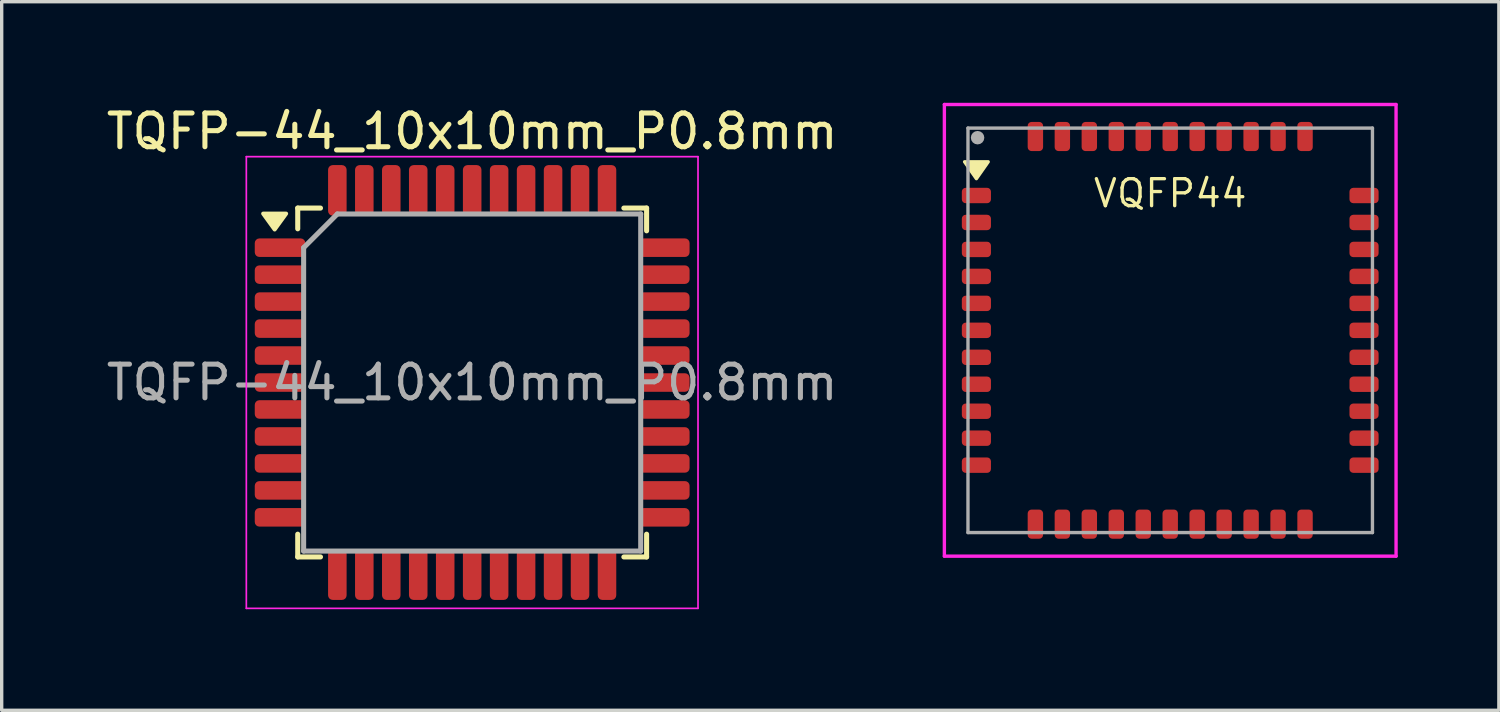
<source format=kicad_pcb>
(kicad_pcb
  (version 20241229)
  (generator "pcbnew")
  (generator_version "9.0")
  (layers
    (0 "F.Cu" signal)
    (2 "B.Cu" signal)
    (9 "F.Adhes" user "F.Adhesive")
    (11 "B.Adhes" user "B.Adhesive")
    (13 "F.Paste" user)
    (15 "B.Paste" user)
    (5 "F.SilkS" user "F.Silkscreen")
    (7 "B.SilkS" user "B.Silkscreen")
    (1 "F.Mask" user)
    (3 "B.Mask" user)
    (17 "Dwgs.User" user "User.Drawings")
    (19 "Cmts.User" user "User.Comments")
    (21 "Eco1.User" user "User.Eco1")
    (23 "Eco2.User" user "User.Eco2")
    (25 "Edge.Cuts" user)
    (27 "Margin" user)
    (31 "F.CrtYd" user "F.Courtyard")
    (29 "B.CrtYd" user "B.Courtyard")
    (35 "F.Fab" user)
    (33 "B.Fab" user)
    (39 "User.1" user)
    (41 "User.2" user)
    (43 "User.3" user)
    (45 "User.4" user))
  (footprint "VQFP44"
    (layer "F.Cu")
    (at 31.667 6.75)
    (property "Reference" "VQFP44" (at 0 -4.064 0) (unlocked yes) (layer "F.SilkS") (effects (font (size 0.8 0.8) (thickness 0.1))))
    (attr smd)
    (fp_poly (pts (xy -5.75 -4.5) (xy -6.1 -5) (xy -5.4 -5)) (stroke (width 0.1) (type solid)) (fill yes) (layer "F.SilkS"))
    (fp_line (start -6.7 -6.7) (end 6.7 -6.7) (stroke (width 0.1) (type solid)) (layer "F.CrtYd"))
    (fp_line (start -6.7 6.7) (end -6.7 -6.7) (stroke (width 0.1) (type solid)) (layer "F.CrtYd"))
    (fp_line (start 6.7 -6.7) (end 6.7 6.7) (stroke (width 0.1) (type solid)) (layer "F.CrtYd"))
    (fp_line (start 6.7 6.7) (end -6.7 6.7) (stroke (width 0.1) (type solid)) (layer "F.CrtYd"))
    (fp_line (start -6 -6) (end -6 6) (stroke (width 0.1) (type solid)) (layer "F.Fab"))
    (fp_line (start -6 6) (end 6 6) (stroke (width 0.1) (type solid)) (layer "F.Fab"))
    (fp_line (start 6 -6) (end -6 -6) (stroke (width 0.1) (type solid)) (layer "F.Fab"))
    (fp_line (start 6 6) (end 6 -6) (stroke (width 0.1) (type solid)) (layer "F.Fab"))
    (fp_circle (center -5.715 -5.715) (end -5.715 -5.815) (stroke (width 0.2) (type solid)) (fill no) (layer "F.Fab"))
    (pad "1" smd roundrect (at -5.75 -4 90) (size 0.457 0.864) (layers "F.Cu" "F.Mask" "F.Paste") (roundrect_rratio 0.25))
    (pad "2" smd roundrect (at -5.75 -3.2 90) (size 0.457 0.864) (layers "F.Cu" "F.Mask" "F.Paste") (roundrect_rratio 0.25))
    (pad "3" smd roundrect (at -5.75 -2.4 90) (size 0.457 0.864) (layers "F.Cu" "F.Mask" "F.Paste") (roundrect_rratio 0.25))
    (pad "4" smd roundrect (at -5.75 -1.6 90) (size 0.457 0.864) (layers "F.Cu" "F.Mask" "F.Paste") (roundrect_rratio 0.25))
    (pad "5" smd roundrect (at -5.75 -0.8 90) (size 0.457 0.864) (layers "F.Cu" "F.Mask" "F.Paste") (roundrect_rratio 0.25))
    (pad "6" smd roundrect (at -5.75 0 90) (size 0.457 0.864) (layers "F.Cu" "F.Mask" "F.Paste") (roundrect_rratio 0.25))
    (pad "7" smd roundrect (at -5.75 0.8 90) (size 0.457 0.864) (layers "F.Cu" "F.Mask" "F.Paste") (roundrect_rratio 0.25))
    (pad "8" smd roundrect (at -5.75 1.6 90) (size 0.457 0.864) (layers "F.Cu" "F.Mask" "F.Paste") (roundrect_rratio 0.25))
    (pad "9" smd roundrect (at -5.75 2.4 90) (size 0.457 0.864) (layers "F.Cu" "F.Mask" "F.Paste") (roundrect_rratio 0.25))
    (pad "10" smd roundrect (at -5.75 3.2 90) (size 0.457 0.864) (layers "F.Cu" "F.Mask" "F.Paste") (roundrect_rratio 0.25))
    (pad "11" smd roundrect (at -5.75 4 90) (size 0.457 0.864) (layers "F.Cu" "F.Mask" "F.Paste") (roundrect_rratio 0.25))
    (pad "12" smd roundrect (at -4 5.75) (size 0.457 0.864) (layers "F.Cu" "F.Mask" "F.Paste") (roundrect_rratio 0.25))
    (pad "13" smd roundrect (at -3.2 5.75) (size 0.457 0.864) (layers "F.Cu" "F.Mask" "F.Paste") (roundrect_rratio 0.25))
    (pad "14" smd roundrect (at -2.4 5.75) (size 0.457 0.864) (layers "F.Cu" "F.Mask" "F.Paste") (roundrect_rratio 0.25))
    (pad "15" smd roundrect (at -1.6 5.75) (size 0.457 0.864) (layers "F.Cu" "F.Mask" "F.Paste") (roundrect_rratio 0.25))
    (pad "16" smd roundrect (at -0.8 5.75) (size 0.457 0.864) (layers "F.Cu" "F.Mask" "F.Paste") (roundrect_rratio 0.25))
    (pad "17" smd roundrect (at 0 5.75) (size 0.457 0.864) (layers "F.Cu" "F.Mask" "F.Paste") (roundrect_rratio 0.25))
    (pad "18" smd roundrect (at 0.8 5.75) (size 0.457 0.864) (layers "F.Cu" "F.Mask" "F.Paste") (roundrect_rratio 0.25))
    (pad "19" smd roundrect (at 1.6 5.75) (size 0.457 0.864) (layers "F.Cu" "F.Mask" "F.Paste") (roundrect_rratio 0.25))
    (pad "20" smd roundrect (at 2.4 5.75) (size 0.457 0.864) (layers "F.Cu" "F.Mask" "F.Paste") (roundrect_rratio 0.25))
    (pad "21" smd roundrect (at 3.2 5.75) (size 0.457 0.864) (layers "F.Cu" "F.Mask" "F.Paste") (roundrect_rratio 0.25))
    (pad "22" smd roundrect (at 4 5.75) (size 0.457 0.864) (layers "F.Cu" "F.Mask" "F.Paste") (roundrect_rratio 0.25))
    (pad "23" smd roundrect (at 5.75 4 90) (size 0.457 0.864) (layers "F.Cu" "F.Mask" "F.Paste") (roundrect_rratio 0.25))
    (pad "24" smd roundrect (at 5.75 3.2 90) (size 0.457 0.864) (layers "F.Cu" "F.Mask" "F.Paste") (roundrect_rratio 0.25))
    (pad "25" smd roundrect (at 5.75 2.4 90) (size 0.457 0.864) (layers "F.Cu" "F.Mask" "F.Paste") (roundrect_rratio 0.25))
    (pad "26" smd roundrect (at 5.75 1.6 90) (size 0.457 0.864) (layers "F.Cu" "F.Mask" "F.Paste") (roundrect_rratio 0.25))
    (pad "27" smd roundrect (at 5.75 0.8 90) (size 0.457 0.864) (layers "F.Cu" "F.Mask" "F.Paste") (roundrect_rratio 0.25))
    (pad "28" smd roundrect (at 5.75 0 90) (size 0.457 0.864) (layers "F.Cu" "F.Mask" "F.Paste") (roundrect_rratio 0.25))
    (pad "29" smd roundrect (at 5.75 -0.8 90) (size 0.457 0.864) (layers "F.Cu" "F.Mask" "F.Paste") (roundrect_rratio 0.25))
    (pad "30" smd roundrect (at 5.75 -1.6 90) (size 0.457 0.864) (layers "F.Cu" "F.Mask" "F.Paste") (roundrect_rratio 0.25))
    (pad "31" smd roundrect (at 5.75 -2.4 90) (size 0.457 0.864) (layers "F.Cu" "F.Mask" "F.Paste") (roundrect_rratio 0.25))
    (pad "32" smd roundrect (at 5.75 -3.2 90) (size 0.457 0.864) (layers "F.Cu" "F.Mask" "F.Paste") (roundrect_rratio 0.25))
    (pad "33" smd roundrect (at 5.75 -4 90) (size 0.457 0.864) (layers "F.Cu" "F.Mask" "F.Paste") (roundrect_rratio 0.25))
    (pad "34" smd roundrect (at 4 -5.75) (size 0.457 0.864) (layers "F.Cu" "F.Mask" "F.Paste") (roundrect_rratio 0.25))
    (pad "35" smd roundrect (at 3.2 -5.75) (size 0.457 0.864) (layers "F.Cu" "F.Mask" "F.Paste") (roundrect_rratio 0.25))
    (pad "36" smd roundrect (at 2.4 -5.75) (size 0.457 0.864) (layers "F.Cu" "F.Mask" "F.Paste") (roundrect_rratio 0.25))
    (pad "37" smd roundrect (at 1.6 -5.75) (size 0.457 0.864) (layers "F.Cu" "F.Mask" "F.Paste") (roundrect_rratio 0.25))
    (pad "38" smd roundrect (at 0.8 -5.75) (size 0.457 0.864) (layers "F.Cu" "F.Mask" "F.Paste") (roundrect_rratio 0.25))
    (pad "39" smd roundrect (at 0 -5.75) (size 0.457 0.864) (layers "F.Cu" "F.Mask" "F.Paste") (roundrect_rratio 0.25))
    (pad "40" smd roundrect (at -0.8 -5.75) (size 0.457 0.864) (layers "F.Cu" "F.Mask" "F.Paste") (roundrect_rratio 0.25))
    (pad "41" smd roundrect (at -1.6 -5.75) (size 0.457 0.864) (layers "F.Cu" "F.Mask" "F.Paste") (roundrect_rratio 0.25))
    (pad "42" smd roundrect (at -2.4 -5.75) (size 0.457 0.864) (layers "F.Cu" "F.Mask" "F.Paste") (roundrect_rratio 0.25))
    (pad "43" smd roundrect (at -3.2 -5.75) (size 0.457 0.864) (layers "F.Cu" "F.Mask" "F.Paste") (roundrect_rratio 0.25))
    (pad "44" smd roundrect (at -4 -5.75) (size 0.457 0.864) (layers "F.Cu" "F.Mask" "F.Paste") (roundrect_rratio 0.25)))
  (footprint "TQFP-44_10x10mm_P0.8mm"
    (layer "F.Cu")
    (at 10.958 8.298)
    (property "Reference" "TQFP-44_10x10mm_P0.8mm" (at 0 -7.45 0) (layer "F.SilkS") (effects (font (size 1 1) (thickness 0.15))))
    (attr smd)
    (fp_line (start -5.175 -5.175) (end -5.175 -4.56) (stroke (width 0.15) (type solid)) (layer "F.SilkS"))
    (fp_line (start -5.175 -5.175) (end -4.5 -5.175) (stroke (width 0.15) (type solid)) (layer "F.SilkS"))
    (fp_line (start -5.175 5.175) (end -5.175 4.5) (stroke (width 0.15) (type solid)) (layer "F.SilkS"))
    (fp_line (start -5.175 5.175) (end -4.5 5.175) (stroke (width 0.15) (type solid)) (layer "F.SilkS"))
    (fp_line (start 5.175 -5.175) (end 4.5 -5.175) (stroke (width 0.15) (type solid)) (layer "F.SilkS"))
    (fp_line (start 5.175 -5.175) (end 5.175 -4.5) (stroke (width 0.15) (type solid)) (layer "F.SilkS"))
    (fp_line (start 5.175 5.175) (end 4.5 5.175) (stroke (width 0.15) (type solid)) (layer "F.SilkS"))
    (fp_line (start 5.175 5.175) (end 5.175 4.5) (stroke (width 0.15) (type solid)) (layer "F.SilkS"))
    (fp_poly (pts (xy -5.86 -4.54) (xy -6.2 -5.01) (xy -5.52 -5.01) (xy -5.86 -4.54)) (stroke (width 0.12) (type solid)) (fill yes) (layer "F.SilkS"))
    (fp_line (start -6.7 -6.7) (end -6.7 6.7) (stroke (width 0.05) (type solid)) (layer "F.CrtYd"))
    (fp_line (start -6.7 -6.7) (end 6.7 -6.7) (stroke (width 0.05) (type solid)) (layer "F.CrtYd"))
    (fp_line (start -6.7 6.7) (end 6.7 6.7) (stroke (width 0.05) (type solid)) (layer "F.CrtYd"))
    (fp_line (start 6.7 -6.7) (end 6.7 6.7) (stroke (width 0.05) (type solid)) (layer "F.CrtYd"))
    (fp_line (start -5 -4) (end -4 -5) (stroke (width 0.15) (type solid)) (layer "F.Fab"))
    (fp_line (start -5 5) (end -5 -4) (stroke (width 0.15) (type solid)) (layer "F.Fab"))
    (fp_line (start -4 -5) (end 5 -5) (stroke (width 0.15) (type solid)) (layer "F.Fab"))
    (fp_line (start 5 -5) (end 5 5) (stroke (width 0.15) (type solid)) (layer "F.Fab"))
    (fp_line (start 5 5) (end -5 5) (stroke (width 0.15) (type solid)) (layer "F.Fab"))
    (fp_text user "${REFERENCE}" (at 0 0 0) (layer "F.Fab") (effects (font (size 1 1) (thickness 0.15))))
    (pad "1" smd roundrect (at -5.7 -4) (size 1.5 0.55) (layers "F.Cu" "F.Mask" "F.Paste") (roundrect_rratio 0.25))
    (pad "2" smd roundrect (at -5.7 -3.2) (size 1.5 0.55) (layers "F.Cu" "F.Mask" "F.Paste") (roundrect_rratio 0.25))
    (pad "3" smd roundrect (at -5.7 -2.4) (size 1.5 0.55) (layers "F.Cu" "F.Mask" "F.Paste") (roundrect_rratio 0.25))
    (pad "4" smd roundrect (at -5.7 -1.6) (size 1.5 0.55) (layers "F.Cu" "F.Mask" "F.Paste") (roundrect_rratio 0.25))
    (pad "5" smd roundrect (at -5.7 -0.8) (size 1.5 0.55) (layers "F.Cu" "F.Mask" "F.Paste") (roundrect_rratio 0.25))
    (pad "6" smd roundrect (at -5.7 0) (size 1.5 0.55) (layers "F.Cu" "F.Mask" "F.Paste") (roundrect_rratio 0.25))
    (pad "7" smd roundrect (at -5.7 0.8) (size 1.5 0.55) (layers "F.Cu" "F.Mask" "F.Paste") (roundrect_rratio 0.25))
    (pad "8" smd roundrect (at -5.7 1.6) (size 1.5 0.55) (layers "F.Cu" "F.Mask" "F.Paste") (roundrect_rratio 0.25))
    (pad "9" smd roundrect (at -5.7 2.4) (size 1.5 0.55) (layers "F.Cu" "F.Mask" "F.Paste") (roundrect_rratio 0.25))
    (pad "10" smd roundrect (at -5.7 3.2) (size 1.5 0.55) (layers "F.Cu" "F.Mask" "F.Paste") (roundrect_rratio 0.25))
    (pad "11" smd roundrect (at -5.7 4) (size 1.5 0.55) (layers "F.Cu" "F.Mask" "F.Paste") (roundrect_rratio 0.25))
    (pad "12" smd roundrect (at -4 5.7 90) (size 1.5 0.55) (layers "F.Cu" "F.Mask" "F.Paste") (roundrect_rratio 0.25))
    (pad "13" smd roundrect (at -3.2 5.7 90) (size 1.5 0.55) (layers "F.Cu" "F.Mask" "F.Paste") (roundrect_rratio 0.25))
    (pad "14" smd roundrect (at -2.4 5.7 90) (size 1.5 0.55) (layers "F.Cu" "F.Mask" "F.Paste") (roundrect_rratio 0.25))
    (pad "15" smd roundrect (at -1.6 5.7 90) (size 1.5 0.55) (layers "F.Cu" "F.Mask" "F.Paste") (roundrect_rratio 0.25))
    (pad "16" smd roundrect (at -0.8 5.7 90) (size 1.5 0.55) (layers "F.Cu" "F.Mask" "F.Paste") (roundrect_rratio 0.25))
    (pad "17" smd roundrect (at 0 5.7 90) (size 1.5 0.55) (layers "F.Cu" "F.Mask" "F.Paste") (roundrect_rratio 0.25))
    (pad "18" smd roundrect (at 0.8 5.7 90) (size 1.5 0.55) (layers "F.Cu" "F.Mask" "F.Paste") (roundrect_rratio 0.25))
    (pad "19" smd roundrect (at 1.6 5.7 90) (size 1.5 0.55) (layers "F.Cu" "F.Mask" "F.Paste") (roundrect_rratio 0.25))
    (pad "20" smd roundrect (at 2.4 5.7 90) (size 1.5 0.55) (layers "F.Cu" "F.Mask" "F.Paste") (roundrect_rratio 0.25))
    (pad "21" smd roundrect (at 3.2 5.7 90) (size 1.5 0.55) (layers "F.Cu" "F.Mask" "F.Paste") (roundrect_rratio 0.25))
    (pad "22" smd roundrect (at 4 5.7 90) (size 1.5 0.55) (layers "F.Cu" "F.Mask" "F.Paste") (roundrect_rratio 0.25))
    (pad "23" smd roundrect (at 5.7 4) (size 1.5 0.55) (layers "F.Cu" "F.Mask" "F.Paste") (roundrect_rratio 0.25))
    (pad "24" smd roundrect (at 5.7 3.2) (size 1.5 0.55) (layers "F.Cu" "F.Mask" "F.Paste") (roundrect_rratio 0.25))
    (pad "25" smd roundrect (at 5.7 2.4) (size 1.5 0.55) (layers "F.Cu" "F.Mask" "F.Paste") (roundrect_rratio 0.25))
    (pad "26" smd roundrect (at 5.7 1.6) (size 1.5 0.55) (layers "F.Cu" "F.Mask" "F.Paste") (roundrect_rratio 0.25))
    (pad "27" smd roundrect (at 5.7 0.8) (size 1.5 0.55) (layers "F.Cu" "F.Mask" "F.Paste") (roundrect_rratio 0.25))
    (pad "28" smd roundrect (at 5.7 0) (size 1.5 0.55) (layers "F.Cu" "F.Mask" "F.Paste") (roundrect_rratio 0.25))
    (pad "29" smd roundrect (at 5.7 -0.8) (size 1.5 0.55) (layers "F.Cu" "F.Mask" "F.Paste") (roundrect_rratio 0.25))
    (pad "30" smd roundrect (at 5.7 -1.6) (size 1.5 0.55) (layers "F.Cu" "F.Mask" "F.Paste") (roundrect_rratio 0.25))
    (pad "31" smd roundrect (at 5.7 -2.4) (size 1.5 0.55) (layers "F.Cu" "F.Mask" "F.Paste") (roundrect_rratio 0.25))
    (pad "32" smd roundrect (at 5.7 -3.2) (size 1.5 0.55) (layers "F.Cu" "F.Mask" "F.Paste") (roundrect_rratio 0.25))
    (pad "33" smd roundrect (at 5.7 -4) (size 1.5 0.55) (layers "F.Cu" "F.Mask" "F.Paste") (roundrect_rratio 0.25))
    (pad "34" smd roundrect (at 4 -5.7 90) (size 1.5 0.55) (layers "F.Cu" "F.Mask" "F.Paste") (roundrect_rratio 0.25))
    (pad "35" smd roundrect (at 3.2 -5.7 90) (size 1.5 0.55) (layers "F.Cu" "F.Mask" "F.Paste") (roundrect_rratio 0.25))
    (pad "36" smd roundrect (at 2.4 -5.7 90) (size 1.5 0.55) (layers "F.Cu" "F.Mask" "F.Paste") (roundrect_rratio 0.25))
    (pad "37" smd roundrect (at 1.6 -5.7 90) (size 1.5 0.55) (layers "F.Cu" "F.Mask" "F.Paste") (roundrect_rratio 0.25))
    (pad "38" smd roundrect (at 0.8 -5.7 90) (size 1.5 0.55) (layers "F.Cu" "F.Mask" "F.Paste") (roundrect_rratio 0.25))
    (pad "39" smd roundrect (at 0 -5.7 90) (size 1.5 0.55) (layers "F.Cu" "F.Mask" "F.Paste") (roundrect_rratio 0.25))
    (pad "40" smd roundrect (at -0.8 -5.7 90) (size 1.5 0.55) (layers "F.Cu" "F.Mask" "F.Paste") (roundrect_rratio 0.25))
    (pad "41" smd roundrect (at -1.6 -5.7 90) (size 1.5 0.55) (layers "F.Cu" "F.Mask" "F.Paste") (roundrect_rratio 0.25))
    (pad "42" smd roundrect (at -2.4 -5.7 90) (size 1.5 0.55) (layers "F.Cu" "F.Mask" "F.Paste") (roundrect_rratio 0.25))
    (pad "43" smd roundrect (at -3.2 -5.7 90) (size 1.5 0.55) (layers "F.Cu" "F.Mask" "F.Paste") (roundrect_rratio 0.25))
    (pad "44" smd roundrect (at -4 -5.7 90) (size 1.5 0.55) (layers "F.Cu" "F.Mask" "F.Paste") (roundrect_rratio 0.25)))
  (gr_rect
    (start -3 -3)
    (end 41.417 18.023)
    (stroke (width 0.1) (type default))
    (fill no)
    (layer "Edge.Cuts")))
</source>
